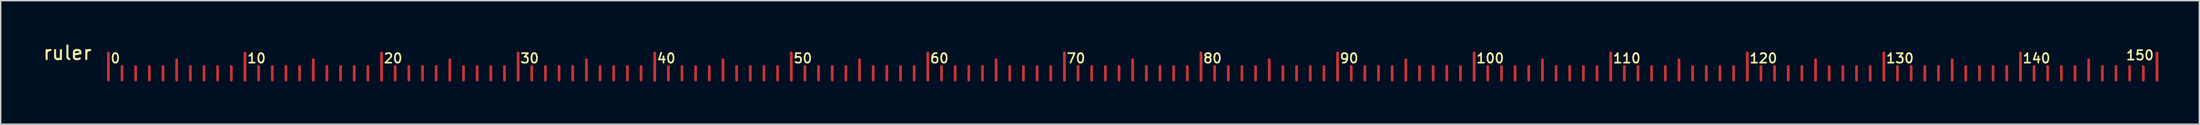
<source format=kicad_pcb>
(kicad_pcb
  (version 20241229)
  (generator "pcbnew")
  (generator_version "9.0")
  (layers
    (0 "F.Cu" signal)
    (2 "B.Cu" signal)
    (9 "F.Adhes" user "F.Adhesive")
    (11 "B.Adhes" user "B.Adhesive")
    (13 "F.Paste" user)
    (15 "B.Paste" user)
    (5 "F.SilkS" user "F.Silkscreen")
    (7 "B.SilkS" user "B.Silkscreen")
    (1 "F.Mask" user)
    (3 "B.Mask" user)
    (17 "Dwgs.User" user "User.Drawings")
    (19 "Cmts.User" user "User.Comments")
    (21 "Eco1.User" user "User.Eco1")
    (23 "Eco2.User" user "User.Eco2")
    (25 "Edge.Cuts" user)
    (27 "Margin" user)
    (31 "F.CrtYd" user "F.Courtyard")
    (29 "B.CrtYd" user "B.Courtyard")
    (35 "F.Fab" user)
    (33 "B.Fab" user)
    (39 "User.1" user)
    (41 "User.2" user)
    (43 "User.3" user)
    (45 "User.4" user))
  (footprint "ruler"
    (layer "F.Cu")
    (at 4.887 2.848)
    (property "Reference" "ruler" (at -3 -2 0) (unlocked yes) (layer "F.SilkS") (effects (font (size 1 1) (thickness 0.15))))
    (fp_line (start 0 0) (end 0 -2) (stroke (width 0.2) (type solid)) (layer "F.Cu"))
    (fp_line (start 1 0) (end 1 -1) (stroke (width 0.2) (type solid)) (layer "F.Cu"))
    (fp_line (start 2 0) (end 2 -1) (stroke (width 0.2) (type solid)) (layer "F.Cu"))
    (fp_line (start 3 0) (end 3 -1) (stroke (width 0.2) (type solid)) (layer "F.Cu"))
    (fp_line (start 4 0) (end 4 -1) (stroke (width 0.2) (type solid)) (layer "F.Cu"))
    (fp_line (start 5 0) (end 5 -1.5) (stroke (width 0.2) (type solid)) (layer "F.Cu"))
    (fp_line (start 6 0) (end 6 -1) (stroke (width 0.2) (type solid)) (layer "F.Cu"))
    (fp_line (start 7 0) (end 7 -1) (stroke (width 0.2) (type solid)) (layer "F.Cu"))
    (fp_line (start 8 0) (end 8 -1) (stroke (width 0.2) (type solid)) (layer "F.Cu"))
    (fp_line (start 9 0) (end 9 -1) (stroke (width 0.2) (type solid)) (layer "F.Cu"))
    (fp_line (start 10 0) (end 10 -2) (stroke (width 0.2) (type solid)) (layer "F.Cu"))
    (fp_line (start 10 0) (end 10 -1.5) (stroke (width 0.2) (type solid)) (layer "F.Cu"))
    (fp_line (start 10 0) (end 10 -1) (stroke (width 0.2) (type solid)) (layer "F.Cu"))
    (fp_line (start 11 0) (end 11 -1) (stroke (width 0.2) (type solid)) (layer "F.Cu"))
    (fp_line (start 12 0) (end 12 -1) (stroke (width 0.2) (type solid)) (layer "F.Cu"))
    (fp_line (start 13 0) (end 13 -1) (stroke (width 0.2) (type solid)) (layer "F.Cu"))
    (fp_line (start 14 0) (end 14 -1) (stroke (width 0.2) (type solid)) (layer "F.Cu"))
    (fp_line (start 15 0) (end 15 -1.5) (stroke (width 0.2) (type solid)) (layer "F.Cu"))
    (fp_line (start 15 0) (end 15 -1) (stroke (width 0.2) (type solid)) (layer "F.Cu"))
    (fp_line (start 16 0) (end 16 -1) (stroke (width 0.2) (type solid)) (layer "F.Cu"))
    (fp_line (start 17 0) (end 17 -1) (stroke (width 0.2) (type solid)) (layer "F.Cu"))
    (fp_line (start 18 0) (end 18 -1) (stroke (width 0.2) (type solid)) (layer "F.Cu"))
    (fp_line (start 19 0) (end 19 -1) (stroke (width 0.2) (type solid)) (layer "F.Cu"))
    (fp_line (start 20 0) (end 20 -2) (stroke (width 0.2) (type solid)) (layer "F.Cu"))
    (fp_line (start 20 0) (end 20 -1.5) (stroke (width 0.2) (type solid)) (layer "F.Cu"))
    (fp_line (start 20 0) (end 20 -1) (stroke (width 0.2) (type solid)) (layer "F.Cu"))
    (fp_line (start 21 0) (end 21 -1) (stroke (width 0.2) (type solid)) (layer "F.Cu"))
    (fp_line (start 22 0) (end 22 -1) (stroke (width 0.2) (type solid)) (layer "F.Cu"))
    (fp_line (start 23 0) (end 23 -1) (stroke (width 0.2) (type solid)) (layer "F.Cu"))
    (fp_line (start 24 0) (end 24 -1) (stroke (width 0.2) (type solid)) (layer "F.Cu"))
    (fp_line (start 25 0) (end 25 -1.5) (stroke (width 0.2) (type solid)) (layer "F.Cu"))
    (fp_line (start 25 0) (end 25 -1) (stroke (width 0.2) (type solid)) (layer "F.Cu"))
    (fp_line (start 26 0) (end 26 -1) (stroke (width 0.2) (type solid)) (layer "F.Cu"))
    (fp_line (start 27 0) (end 27 -1) (stroke (width 0.2) (type solid)) (layer "F.Cu"))
    (fp_line (start 28 0) (end 28 -1) (stroke (width 0.2) (type solid)) (layer "F.Cu"))
    (fp_line (start 29 0) (end 29 -1) (stroke (width 0.2) (type solid)) (layer "F.Cu"))
    (fp_line (start 30 0) (end 30 -2) (stroke (width 0.2) (type solid)) (layer "F.Cu"))
    (fp_line (start 30 0) (end 30 -1.5) (stroke (width 0.2) (type solid)) (layer "F.Cu"))
    (fp_line (start 30 0) (end 30 -1) (stroke (width 0.2) (type solid)) (layer "F.Cu"))
    (fp_line (start 31 0) (end 31 -1) (stroke (width 0.2) (type solid)) (layer "F.Cu"))
    (fp_line (start 32 0) (end 32 -1) (stroke (width 0.2) (type solid)) (layer "F.Cu"))
    (fp_line (start 33 0) (end 33 -1) (stroke (width 0.2) (type solid)) (layer "F.Cu"))
    (fp_line (start 34 0) (end 34 -1) (stroke (width 0.2) (type solid)) (layer "F.Cu"))
    (fp_line (start 35 0) (end 35 -1.5) (stroke (width 0.2) (type solid)) (layer "F.Cu"))
    (fp_line (start 35 0) (end 35 -1) (stroke (width 0.2) (type solid)) (layer "F.Cu"))
    (fp_line (start 36 0) (end 36 -1) (stroke (width 0.2) (type solid)) (layer "F.Cu"))
    (fp_line (start 37 0) (end 37 -1) (stroke (width 0.2) (type solid)) (layer "F.Cu"))
    (fp_line (start 38 0) (end 38 -1) (stroke (width 0.2) (type solid)) (layer "F.Cu"))
    (fp_line (start 39 0) (end 39 -1) (stroke (width 0.2) (type solid)) (layer "F.Cu"))
    (fp_line (start 40 0) (end 40 -2) (stroke (width 0.2) (type solid)) (layer "F.Cu"))
    (fp_line (start 40 0) (end 40 -1.5) (stroke (width 0.2) (type solid)) (layer "F.Cu"))
    (fp_line (start 40 0) (end 40 -1) (stroke (width 0.2) (type solid)) (layer "F.Cu"))
    (fp_line (start 41 0) (end 41 -1) (stroke (width 0.2) (type solid)) (layer "F.Cu"))
    (fp_line (start 42 0) (end 42 -1) (stroke (width 0.2) (type solid)) (layer "F.Cu"))
    (fp_line (start 43 0) (end 43 -1) (stroke (width 0.2) (type solid)) (layer "F.Cu"))
    (fp_line (start 44 0) (end 44 -1) (stroke (width 0.2) (type solid)) (layer "F.Cu"))
    (fp_line (start 45 0) (end 45 -1.5) (stroke (width 0.2) (type solid)) (layer "F.Cu"))
    (fp_line (start 45 0) (end 45 -1) (stroke (width 0.2) (type solid)) (layer "F.Cu"))
    (fp_line (start 46 0) (end 46 -1) (stroke (width 0.2) (type solid)) (layer "F.Cu"))
    (fp_line (start 47 0) (end 47 -1) (stroke (width 0.2) (type solid)) (layer "F.Cu"))
    (fp_line (start 48 0) (end 48 -1) (stroke (width 0.2) (type solid)) (layer "F.Cu"))
    (fp_line (start 49 0) (end 49 -1) (stroke (width 0.2) (type solid)) (layer "F.Cu"))
    (fp_line (start 50 0) (end 50 -2) (stroke (width 0.2) (type solid)) (layer "F.Cu"))
    (fp_line (start 50 0) (end 50 -1.5) (stroke (width 0.2) (type solid)) (layer "F.Cu"))
    (fp_line (start 50 0) (end 50 -1) (stroke (width 0.2) (type solid)) (layer "F.Cu"))
    (fp_line (start 51 0) (end 51 -1) (stroke (width 0.2) (type solid)) (layer "F.Cu"))
    (fp_line (start 52 0) (end 52 -1) (stroke (width 0.2) (type solid)) (layer "F.Cu"))
    (fp_line (start 53 0) (end 53 -1) (stroke (width 0.2) (type solid)) (layer "F.Cu"))
    (fp_line (start 54 0) (end 54 -1) (stroke (width 0.2) (type solid)) (layer "F.Cu"))
    (fp_line (start 55 0) (end 55 -1.5) (stroke (width 0.2) (type solid)) (layer "F.Cu"))
    (fp_line (start 55 0) (end 55 -1) (stroke (width 0.2) (type solid)) (layer "F.Cu"))
    (fp_line (start 56 0) (end 56 -1) (stroke (width 0.2) (type solid)) (layer "F.Cu"))
    (fp_line (start 57 0) (end 57 -1) (stroke (width 0.2) (type solid)) (layer "F.Cu"))
    (fp_line (start 58 0) (end 58 -1) (stroke (width 0.2) (type solid)) (layer "F.Cu"))
    (fp_line (start 59 0) (end 59 -1) (stroke (width 0.2) (type solid)) (layer "F.Cu"))
    (fp_line (start 60 0) (end 60 -2) (stroke (width 0.2) (type solid)) (layer "F.Cu"))
    (fp_line (start 60 0) (end 60 -1.5) (stroke (width 0.2) (type solid)) (layer "F.Cu"))
    (fp_line (start 60 0) (end 60 -1) (stroke (width 0.2) (type solid)) (layer "F.Cu"))
    (fp_line (start 61 0) (end 61 -1) (stroke (width 0.2) (type solid)) (layer "F.Cu"))
    (fp_line (start 62 0) (end 62 -1) (stroke (width 0.2) (type solid)) (layer "F.Cu"))
    (fp_line (start 63 0) (end 63 -1) (stroke (width 0.2) (type solid)) (layer "F.Cu"))
    (fp_line (start 64 0) (end 64 -1) (stroke (width 0.2) (type solid)) (layer "F.Cu"))
    (fp_line (start 65 0) (end 65 -1.5) (stroke (width 0.2) (type solid)) (layer "F.Cu"))
    (fp_line (start 65 0) (end 65 -1) (stroke (width 0.2) (type solid)) (layer "F.Cu"))
    (fp_line (start 66 0) (end 66 -1) (stroke (width 0.2) (type solid)) (layer "F.Cu"))
    (fp_line (start 67 0) (end 67 -1) (stroke (width 0.2) (type solid)) (layer "F.Cu"))
    (fp_line (start 68 0) (end 68 -1) (stroke (width 0.2) (type solid)) (layer "F.Cu"))
    (fp_line (start 69 0) (end 69 -1) (stroke (width 0.2) (type solid)) (layer "F.Cu"))
    (fp_line (start 70 0) (end 70 -2) (stroke (width 0.2) (type solid)) (layer "F.Cu"))
    (fp_line (start 70 0) (end 70 -1.5) (stroke (width 0.2) (type solid)) (layer "F.Cu"))
    (fp_line (start 70 0) (end 70 -1) (stroke (width 0.2) (type solid)) (layer "F.Cu"))
    (fp_line (start 71 0) (end 71 -1) (stroke (width 0.2) (type solid)) (layer "F.Cu"))
    (fp_line (start 72 0) (end 72 -1) (stroke (width 0.2) (type solid)) (layer "F.Cu"))
    (fp_line (start 73 0) (end 73 -1) (stroke (width 0.2) (type solid)) (layer "F.Cu"))
    (fp_line (start 74 0) (end 74 -1) (stroke (width 0.2) (type solid)) (layer "F.Cu"))
    (fp_line (start 75 0) (end 75 -1.5) (stroke (width 0.2) (type solid)) (layer "F.Cu"))
    (fp_line (start 75 0) (end 75 -1) (stroke (width 0.2) (type solid)) (layer "F.Cu"))
    (fp_line (start 76 0) (end 76 -1) (stroke (width 0.2) (type solid)) (layer "F.Cu"))
    (fp_line (start 77 0) (end 77 -1) (stroke (width 0.2) (type solid)) (layer "F.Cu"))
    (fp_line (start 78 0) (end 78 -1) (stroke (width 0.2) (type solid)) (layer "F.Cu"))
    (fp_line (start 79 0) (end 79 -1) (stroke (width 0.2) (type solid)) (layer "F.Cu"))
    (fp_line (start 80 0) (end 80 -2) (stroke (width 0.2) (type solid)) (layer "F.Cu"))
    (fp_line (start 80 0) (end 80 -1.5) (stroke (width 0.2) (type solid)) (layer "F.Cu"))
    (fp_line (start 80 0) (end 80 -1) (stroke (width 0.2) (type solid)) (layer "F.Cu"))
    (fp_line (start 81 0) (end 81 -1) (stroke (width 0.2) (type solid)) (layer "F.Cu"))
    (fp_line (start 82 0) (end 82 -1) (stroke (width 0.2) (type solid)) (layer "F.Cu"))
    (fp_line (start 83 0) (end 83 -1) (stroke (width 0.2) (type solid)) (layer "F.Cu"))
    (fp_line (start 84 0) (end 84 -1) (stroke (width 0.2) (type solid)) (layer "F.Cu"))
    (fp_line (start 85 0) (end 85 -1.5) (stroke (width 0.2) (type solid)) (layer "F.Cu"))
    (fp_line (start 85 0) (end 85 -1) (stroke (width 0.2) (type solid)) (layer "F.Cu"))
    (fp_line (start 86 0) (end 86 -1) (stroke (width 0.2) (type solid)) (layer "F.Cu"))
    (fp_line (start 87 0) (end 87 -1) (stroke (width 0.2) (type solid)) (layer "F.Cu"))
    (fp_line (start 88 0) (end 88 -1) (stroke (width 0.2) (type solid)) (layer "F.Cu"))
    (fp_line (start 89 0) (end 89 -1) (stroke (width 0.2) (type solid)) (layer "F.Cu"))
    (fp_line (start 90 0) (end 90 -2) (stroke (width 0.2) (type solid)) (layer "F.Cu"))
    (fp_line (start 90 0) (end 90 -1.5) (stroke (width 0.2) (type solid)) (layer "F.Cu"))
    (fp_line (start 90 0) (end 90 -1) (stroke (width 0.2) (type solid)) (layer "F.Cu"))
    (fp_line (start 91 0) (end 91 -1) (stroke (width 0.2) (type solid)) (layer "F.Cu"))
    (fp_line (start 92 0) (end 92 -1) (stroke (width 0.2) (type solid)) (layer "F.Cu"))
    (fp_line (start 93 0) (end 93 -1) (stroke (width 0.2) (type solid)) (layer "F.Cu"))
    (fp_line (start 94 0) (end 94 -1) (stroke (width 0.2) (type solid)) (layer "F.Cu"))
    (fp_line (start 95 0) (end 95 -1.5) (stroke (width 0.2) (type solid)) (layer "F.Cu"))
    (fp_line (start 95 0) (end 95 -1) (stroke (width 0.2) (type solid)) (layer "F.Cu"))
    (fp_line (start 96 0) (end 96 -1) (stroke (width 0.2) (type solid)) (layer "F.Cu"))
    (fp_line (start 97 0) (end 97 -1) (stroke (width 0.2) (type solid)) (layer "F.Cu"))
    (fp_line (start 98 0) (end 98 -1) (stroke (width 0.2) (type solid)) (layer "F.Cu"))
    (fp_line (start 99 0) (end 99 -1) (stroke (width 0.2) (type solid)) (layer "F.Cu"))
    (fp_line (start 100 0) (end 100 -2) (stroke (width 0.2) (type solid)) (layer "F.Cu"))
    (fp_line (start 100 0) (end 100 -1.5) (stroke (width 0.2) (type solid)) (layer "F.Cu"))
    (fp_line (start 100 0) (end 100 -1) (stroke (width 0.2) (type solid)) (layer "F.Cu"))
    (fp_line (start 101 0) (end 101 -1) (stroke (width 0.2) (type solid)) (layer "F.Cu"))
    (fp_line (start 102 0) (end 102 -1) (stroke (width 0.2) (type solid)) (layer "F.Cu"))
    (fp_line (start 103 0) (end 103 -1) (stroke (width 0.2) (type solid)) (layer "F.Cu"))
    (fp_line (start 104 0) (end 104 -1) (stroke (width 0.2) (type solid)) (layer "F.Cu"))
    (fp_line (start 105 0) (end 105 -1.5) (stroke (width 0.2) (type solid)) (layer "F.Cu"))
    (fp_line (start 105 0) (end 105 -1) (stroke (width 0.2) (type solid)) (layer "F.Cu"))
    (fp_line (start 106 0) (end 106 -1) (stroke (width 0.2) (type solid)) (layer "F.Cu"))
    (fp_line (start 107 0) (end 107 -1) (stroke (width 0.2) (type solid)) (layer "F.Cu"))
    (fp_line (start 108 0) (end 108 -1) (stroke (width 0.2) (type solid)) (layer "F.Cu"))
    (fp_line (start 109 0) (end 109 -1) (stroke (width 0.2) (type solid)) (layer "F.Cu"))
    (fp_line (start 110 0) (end 110 -2) (stroke (width 0.2) (type solid)) (layer "F.Cu"))
    (fp_line (start 110 0) (end 110 -1.5) (stroke (width 0.2) (type solid)) (layer "F.Cu"))
    (fp_line (start 110 0) (end 110 -1) (stroke (width 0.2) (type solid)) (layer "F.Cu"))
    (fp_line (start 111 0) (end 111 -1) (stroke (width 0.2) (type solid)) (layer "F.Cu"))
    (fp_line (start 112 0) (end 112 -1) (stroke (width 0.2) (type solid)) (layer "F.Cu"))
    (fp_line (start 113 0) (end 113 -1) (stroke (width 0.2) (type solid)) (layer "F.Cu"))
    (fp_line (start 114 0) (end 114 -1) (stroke (width 0.2) (type solid)) (layer "F.Cu"))
    (fp_line (start 115 0) (end 115 -1.5) (stroke (width 0.2) (type solid)) (layer "F.Cu"))
    (fp_line (start 115 0) (end 115 -1) (stroke (width 0.2) (type solid)) (layer "F.Cu"))
    (fp_line (start 116 0) (end 116 -1) (stroke (width 0.2) (type solid)) (layer "F.Cu"))
    (fp_line (start 117 0) (end 117 -1) (stroke (width 0.2) (type solid)) (layer "F.Cu"))
    (fp_line (start 118 0) (end 118 -1) (stroke (width 0.2) (type solid)) (layer "F.Cu"))
    (fp_line (start 119 0) (end 119 -1) (stroke (width 0.2) (type solid)) (layer "F.Cu"))
    (fp_line (start 120 0) (end 120 -2) (stroke (width 0.2) (type solid)) (layer "F.Cu"))
    (fp_line (start 120 0) (end 120 -1.5) (stroke (width 0.2) (type solid)) (layer "F.Cu"))
    (fp_line (start 120 0) (end 120 -1) (stroke (width 0.2) (type solid)) (layer "F.Cu"))
    (fp_line (start 121 0) (end 121 -1) (stroke (width 0.2) (type solid)) (layer "F.Cu"))
    (fp_line (start 122 0) (end 122 -1) (stroke (width 0.2) (type solid)) (layer "F.Cu"))
    (fp_line (start 123 0) (end 123 -1) (stroke (width 0.2) (type solid)) (layer "F.Cu"))
    (fp_line (start 124 0) (end 124 -1) (stroke (width 0.2) (type solid)) (layer "F.Cu"))
    (fp_line (start 125 0) (end 125 -1.5) (stroke (width 0.2) (type solid)) (layer "F.Cu"))
    (fp_line (start 125 0) (end 125 -1) (stroke (width 0.2) (type solid)) (layer "F.Cu"))
    (fp_line (start 126 0) (end 126 -1) (stroke (width 0.2) (type solid)) (layer "F.Cu"))
    (fp_line (start 127 0) (end 127 -1) (stroke (width 0.2) (type solid)) (layer "F.Cu"))
    (fp_line (start 128 0) (end 128 -1) (stroke (width 0.2) (type solid)) (layer "F.Cu"))
    (fp_line (start 129 0) (end 129 -1) (stroke (width 0.2) (type solid)) (layer "F.Cu"))
    (fp_line (start 130 0) (end 130 -2) (stroke (width 0.2) (type solid)) (layer "F.Cu"))
    (fp_line (start 130 0) (end 130 -1.5) (stroke (width 0.2) (type solid)) (layer "F.Cu"))
    (fp_line (start 130 0) (end 130 -1) (stroke (width 0.2) (type solid)) (layer "F.Cu"))
    (fp_line (start 131 0) (end 131 -1) (stroke (width 0.2) (type solid)) (layer "F.Cu"))
    (fp_line (start 132 0) (end 132 -1) (stroke (width 0.2) (type solid)) (layer "F.Cu"))
    (fp_line (start 133 0) (end 133 -1) (stroke (width 0.2) (type solid)) (layer "F.Cu"))
    (fp_line (start 134 0) (end 134 -1) (stroke (width 0.2) (type solid)) (layer "F.Cu"))
    (fp_line (start 135 0) (end 135 -1.5) (stroke (width 0.2) (type solid)) (layer "F.Cu"))
    (fp_line (start 135 0) (end 135 -1) (stroke (width 0.2) (type solid)) (layer "F.Cu"))
    (fp_line (start 136 0) (end 136 -1) (stroke (width 0.2) (type solid)) (layer "F.Cu"))
    (fp_line (start 137 0) (end 137 -1) (stroke (width 0.2) (type solid)) (layer "F.Cu"))
    (fp_line (start 138 0) (end 138 -1) (stroke (width 0.2) (type solid)) (layer "F.Cu"))
    (fp_line (start 139 0) (end 139 -1) (stroke (width 0.2) (type solid)) (layer "F.Cu"))
    (fp_line (start 140 0) (end 140 -2) (stroke (width 0.2) (type solid)) (layer "F.Cu"))
    (fp_line (start 140 0) (end 140 -1.5) (stroke (width 0.2) (type solid)) (layer "F.Cu"))
    (fp_line (start 140 0) (end 140 -1) (stroke (width 0.2) (type solid)) (layer "F.Cu"))
    (fp_line (start 141 0) (end 141 -1) (stroke (width 0.2) (type solid)) (layer "F.Cu"))
    (fp_line (start 142 0) (end 142 -1) (stroke (width 0.2) (type solid)) (layer "F.Cu"))
    (fp_line (start 143 0) (end 143 -1) (stroke (width 0.2) (type solid)) (layer "F.Cu"))
    (fp_line (start 144 0) (end 144 -1) (stroke (width 0.2) (type solid)) (layer "F.Cu"))
    (fp_line (start 145 0) (end 145 -1.5) (stroke (width 0.2) (type solid)) (layer "F.Cu"))
    (fp_line (start 145 0) (end 145 -1) (stroke (width 0.2) (type solid)) (layer "F.Cu"))
    (fp_line (start 146 0) (end 146 -1) (stroke (width 0.2) (type solid)) (layer "F.Cu"))
    (fp_line (start 147 0) (end 147 -1) (stroke (width 0.2) (type solid)) (layer "F.Cu"))
    (fp_line (start 148 0) (end 148 -1) (stroke (width 0.2) (type solid)) (layer "F.Cu"))
    (fp_line (start 149 0) (end 149 -1) (stroke (width 0.2) (type solid)) (layer "F.Cu"))
    (fp_line (start 150 0) (end 150 -2) (stroke (width 0.2) (type solid)) (layer "F.Cu"))
    (fp_line (start 150 0) (end 150 -1.5) (stroke (width 0.2) (type solid)) (layer "F.Cu"))
    (fp_line (start 150 0) (end 150 -1) (stroke (width 0.2) (type solid)) (layer "F.Cu"))
    (fp_line (start 0 0) (end 0 -2) (stroke (width 0.2) (type solid)) (layer "F.Mask"))
    (fp_line (start 1 0) (end 1 -1) (stroke (width 0.2) (type solid)) (layer "F.Mask"))
    (fp_line (start 2 0) (end 2 -1) (stroke (width 0.2) (type solid)) (layer "F.Mask"))
    (fp_line (start 3 0) (end 3 -1) (stroke (width 0.2) (type solid)) (layer "F.Mask"))
    (fp_line (start 4 0) (end 4 -1) (stroke (width 0.2) (type solid)) (layer "F.Mask"))
    (fp_line (start 5 0) (end 5 -1.5) (stroke (width 0.2) (type solid)) (layer "F.Mask"))
    (fp_line (start 6 0) (end 6 -1) (stroke (width 0.2) (type solid)) (layer "F.Mask"))
    (fp_line (start 7 0) (end 7 -1) (stroke (width 0.2) (type solid)) (layer "F.Mask"))
    (fp_line (start 8 0) (end 8 -1) (stroke (width 0.2) (type solid)) (layer "F.Mask"))
    (fp_line (start 9 0) (end 9 -1) (stroke (width 0.2) (type solid)) (layer "F.Mask"))
    (fp_line (start 10 0) (end 10 -2) (stroke (width 0.2) (type solid)) (layer "F.Mask"))
    (fp_line (start 10 0) (end 10 -1.5) (stroke (width 0.2) (type solid)) (layer "F.Mask"))
    (fp_line (start 10 0) (end 10 -1) (stroke (width 0.2) (type solid)) (layer "F.Mask"))
    (fp_line (start 11 0) (end 11 -1) (stroke (width 0.2) (type solid)) (layer "F.Mask"))
    (fp_line (start 12 0) (end 12 -1) (stroke (width 0.2) (type solid)) (layer "F.Mask"))
    (fp_line (start 13 0) (end 13 -1) (stroke (width 0.2) (type solid)) (layer "F.Mask"))
    (fp_line (start 14 0) (end 14 -1) (stroke (width 0.2) (type solid)) (layer "F.Mask"))
    (fp_line (start 15 0) (end 15 -1.5) (stroke (width 0.2) (type solid)) (layer "F.Mask"))
    (fp_line (start 15 0) (end 15 -1) (stroke (width 0.2) (type solid)) (layer "F.Mask"))
    (fp_line (start 16 0) (end 16 -1) (stroke (width 0.2) (type solid)) (layer "F.Mask"))
    (fp_line (start 17 0) (end 17 -1) (stroke (width 0.2) (type solid)) (layer "F.Mask"))
    (fp_line (start 18 0) (end 18 -1) (stroke (width 0.2) (type solid)) (layer "F.Mask"))
    (fp_line (start 19 0) (end 19 -1) (stroke (width 0.2) (type solid)) (layer "F.Mask"))
    (fp_line (start 20 0) (end 20 -2) (stroke (width 0.2) (type solid)) (layer "F.Mask"))
    (fp_line (start 20 0) (end 20 -1.5) (stroke (width 0.2) (type solid)) (layer "F.Mask"))
    (fp_line (start 20 0) (end 20 -1) (stroke (width 0.2) (type solid)) (layer "F.Mask"))
    (fp_line (start 21 0) (end 21 -1) (stroke (width 0.2) (type solid)) (layer "F.Mask"))
    (fp_line (start 22 0) (end 22 -1) (stroke (width 0.2) (type solid)) (layer "F.Mask"))
    (fp_line (start 23 0) (end 23 -1) (stroke (width 0.2) (type solid)) (layer "F.Mask"))
    (fp_line (start 24 0) (end 24 -1) (stroke (width 0.2) (type solid)) (layer "F.Mask"))
    (fp_line (start 25 0) (end 25 -1.5) (stroke (width 0.2) (type solid)) (layer "F.Mask"))
    (fp_line (start 25 0) (end 25 -1) (stroke (width 0.2) (type solid)) (layer "F.Mask"))
    (fp_line (start 26 0) (end 26 -1) (stroke (width 0.2) (type solid)) (layer "F.Mask"))
    (fp_line (start 27 0) (end 27 -1) (stroke (width 0.2) (type solid)) (layer "F.Mask"))
    (fp_line (start 28 0) (end 28 -1) (stroke (width 0.2) (type solid)) (layer "F.Mask"))
    (fp_line (start 29 0) (end 29 -1) (stroke (width 0.2) (type solid)) (layer "F.Mask"))
    (fp_line (start 30 0) (end 30 -2) (stroke (width 0.2) (type solid)) (layer "F.Mask"))
    (fp_line (start 30 0) (end 30 -1.5) (stroke (width 0.2) (type solid)) (layer "F.Mask"))
    (fp_line (start 30 0) (end 30 -1) (stroke (width 0.2) (type solid)) (layer "F.Mask"))
    (fp_line (start 31 0) (end 31 -1) (stroke (width 0.2) (type solid)) (layer "F.Mask"))
    (fp_line (start 32 0) (end 32 -1) (stroke (width 0.2) (type solid)) (layer "F.Mask"))
    (fp_line (start 33 0) (end 33 -1) (stroke (width 0.2) (type solid)) (layer "F.Mask"))
    (fp_line (start 34 0) (end 34 -1) (stroke (width 0.2) (type solid)) (layer "F.Mask"))
    (fp_line (start 35 0) (end 35 -1.5) (stroke (width 0.2) (type solid)) (layer "F.Mask"))
    (fp_line (start 35 0) (end 35 -1) (stroke (width 0.2) (type solid)) (layer "F.Mask"))
    (fp_line (start 36 0) (end 36 -1) (stroke (width 0.2) (type solid)) (layer "F.Mask"))
    (fp_line (start 37 0) (end 37 -1) (stroke (width 0.2) (type solid)) (layer "F.Mask"))
    (fp_line (start 38 0) (end 38 -1) (stroke (width 0.2) (type solid)) (layer "F.Mask"))
    (fp_line (start 39 0) (end 39 -1) (stroke (width 0.2) (type solid)) (layer "F.Mask"))
    (fp_line (start 40 0) (end 40 -2) (stroke (width 0.2) (type solid)) (layer "F.Mask"))
    (fp_line (start 40 0) (end 40 -1.5) (stroke (width 0.2) (type solid)) (layer "F.Mask"))
    (fp_line (start 40 0) (end 40 -1) (stroke (width 0.2) (type solid)) (layer "F.Mask"))
    (fp_line (start 41 0) (end 41 -1) (stroke (width 0.2) (type solid)) (layer "F.Mask"))
    (fp_line (start 42 0) (end 42 -1) (stroke (width 0.2) (type solid)) (layer "F.Mask"))
    (fp_line (start 43 0) (end 43 -1) (stroke (width 0.2) (type solid)) (layer "F.Mask"))
    (fp_line (start 44 0) (end 44 -1) (stroke (width 0.2) (type solid)) (layer "F.Mask"))
    (fp_line (start 45 0) (end 45 -1.5) (stroke (width 0.2) (type solid)) (layer "F.Mask"))
    (fp_line (start 45 0) (end 45 -1) (stroke (width 0.2) (type solid)) (layer "F.Mask"))
    (fp_line (start 46 0) (end 46 -1) (stroke (width 0.2) (type solid)) (layer "F.Mask"))
    (fp_line (start 47 0) (end 47 -1) (stroke (width 0.2) (type solid)) (layer "F.Mask"))
    (fp_line (start 48 0) (end 48 -1) (stroke (width 0.2) (type solid)) (layer "F.Mask"))
    (fp_line (start 49 0) (end 49 -1) (stroke (width 0.2) (type solid)) (layer "F.Mask"))
    (fp_line (start 50 0) (end 50 -2) (stroke (width 0.2) (type solid)) (layer "F.Mask"))
    (fp_line (start 50 0) (end 50 -1.5) (stroke (width 0.2) (type solid)) (layer "F.Mask"))
    (fp_line (start 50 0) (end 50 -1) (stroke (width 0.2) (type solid)) (layer "F.Mask"))
    (fp_line (start 51 0) (end 51 -1) (stroke (width 0.2) (type solid)) (layer "F.Mask"))
    (fp_line (start 52 0) (end 52 -1) (stroke (width 0.2) (type solid)) (layer "F.Mask"))
    (fp_line (start 53 0) (end 53 -1) (stroke (width 0.2) (type solid)) (layer "F.Mask"))
    (fp_line (start 54 0) (end 54 -1) (stroke (width 0.2) (type solid)) (layer "F.Mask"))
    (fp_line (start 55 0) (end 55 -1.5) (stroke (width 0.2) (type solid)) (layer "F.Mask"))
    (fp_line (start 55 0) (end 55 -1) (stroke (width 0.2) (type solid)) (layer "F.Mask"))
    (fp_line (start 56 0) (end 56 -1) (stroke (width 0.2) (type solid)) (layer "F.Mask"))
    (fp_line (start 57 0) (end 57 -1) (stroke (width 0.2) (type solid)) (layer "F.Mask"))
    (fp_line (start 58 0) (end 58 -1) (stroke (width 0.2) (type solid)) (layer "F.Mask"))
    (fp_line (start 59 0) (end 59 -1) (stroke (width 0.2) (type solid)) (layer "F.Mask"))
    (fp_line (start 60 0) (end 60 -2) (stroke (width 0.2) (type solid)) (layer "F.Mask"))
    (fp_line (start 60 0) (end 60 -1.5) (stroke (width 0.2) (type solid)) (layer "F.Mask"))
    (fp_line (start 60 0) (end 60 -1) (stroke (width 0.2) (type solid)) (layer "F.Mask"))
    (fp_line (start 61 0) (end 61 -1) (stroke (width 0.2) (type solid)) (layer "F.Mask"))
    (fp_line (start 62 0) (end 62 -1) (stroke (width 0.2) (type solid)) (layer "F.Mask"))
    (fp_line (start 63 0) (end 63 -1) (stroke (width 0.2) (type solid)) (layer "F.Mask"))
    (fp_line (start 64 0) (end 64 -1) (stroke (width 0.2) (type solid)) (layer "F.Mask"))
    (fp_line (start 65 0) (end 65 -1.5) (stroke (width 0.2) (type solid)) (layer "F.Mask"))
    (fp_line (start 65 0) (end 65 -1) (stroke (width 0.2) (type solid)) (layer "F.Mask"))
    (fp_line (start 66 0) (end 66 -1) (stroke (width 0.2) (type solid)) (layer "F.Mask"))
    (fp_line (start 67 0) (end 67 -1) (stroke (width 0.2) (type solid)) (layer "F.Mask"))
    (fp_line (start 68 0) (end 68 -1) (stroke (width 0.2) (type solid)) (layer "F.Mask"))
    (fp_line (start 69 0) (end 69 -1) (stroke (width 0.2) (type solid)) (layer "F.Mask"))
    (fp_line (start 70 0) (end 70 -2) (stroke (width 0.2) (type solid)) (layer "F.Mask"))
    (fp_line (start 70 0) (end 70 -1.5) (stroke (width 0.2) (type solid)) (layer "F.Mask"))
    (fp_line (start 70 0) (end 70 -1) (stroke (width 0.2) (type solid)) (layer "F.Mask"))
    (fp_line (start 71 0) (end 71 -1) (stroke (width 0.2) (type solid)) (layer "F.Mask"))
    (fp_line (start 72 0) (end 72 -1) (stroke (width 0.2) (type solid)) (layer "F.Mask"))
    (fp_line (start 73 0) (end 73 -1) (stroke (width 0.2) (type solid)) (layer "F.Mask"))
    (fp_line (start 74 0) (end 74 -1) (stroke (width 0.2) (type solid)) (layer "F.Mask"))
    (fp_line (start 75 0) (end 75 -1.5) (stroke (width 0.2) (type solid)) (layer "F.Mask"))
    (fp_line (start 75 0) (end 75 -1) (stroke (width 0.2) (type solid)) (layer "F.Mask"))
    (fp_line (start 76 0) (end 76 -1) (stroke (width 0.2) (type solid)) (layer "F.Mask"))
    (fp_line (start 77 0) (end 77 -1) (stroke (width 0.2) (type solid)) (layer "F.Mask"))
    (fp_line (start 78 0) (end 78 -1) (stroke (width 0.2) (type solid)) (layer "F.Mask"))
    (fp_line (start 79 0) (end 79 -1) (stroke (width 0.2) (type solid)) (layer "F.Mask"))
    (fp_line (start 80 0) (end 80 -2) (stroke (width 0.2) (type solid)) (layer "F.Mask"))
    (fp_line (start 80 0) (end 80 -1.5) (stroke (width 0.2) (type solid)) (layer "F.Mask"))
    (fp_line (start 80 0) (end 80 -1) (stroke (width 0.2) (type solid)) (layer "F.Mask"))
    (fp_line (start 81 0) (end 81 -1) (stroke (width 0.2) (type solid)) (layer "F.Mask"))
    (fp_line (start 82 0) (end 82 -1) (stroke (width 0.2) (type solid)) (layer "F.Mask"))
    (fp_line (start 83 0) (end 83 -1) (stroke (width 0.2) (type solid)) (layer "F.Mask"))
    (fp_line (start 84 0) (end 84 -1) (stroke (width 0.2) (type solid)) (layer "F.Mask"))
    (fp_line (start 85 0) (end 85 -1.5) (stroke (width 0.2) (type solid)) (layer "F.Mask"))
    (fp_line (start 85 0) (end 85 -1) (stroke (width 0.2) (type solid)) (layer "F.Mask"))
    (fp_line (start 86 0) (end 86 -1) (stroke (width 0.2) (type solid)) (layer "F.Mask"))
    (fp_line (start 87 0) (end 87 -1) (stroke (width 0.2) (type solid)) (layer "F.Mask"))
    (fp_line (start 88 0) (end 88 -1) (stroke (width 0.2) (type solid)) (layer "F.Mask"))
    (fp_line (start 89 0) (end 89 -1) (stroke (width 0.2) (type solid)) (layer "F.Mask"))
    (fp_line (start 90 0) (end 90 -2) (stroke (width 0.2) (type solid)) (layer "F.Mask"))
    (fp_line (start 90 0) (end 90 -1.5) (stroke (width 0.2) (type solid)) (layer "F.Mask"))
    (fp_line (start 90 0) (end 90 -1) (stroke (width 0.2) (type solid)) (layer "F.Mask"))
    (fp_line (start 91 0) (end 91 -1) (stroke (width 0.2) (type solid)) (layer "F.Mask"))
    (fp_line (start 92 0) (end 92 -1) (stroke (width 0.2) (type solid)) (layer "F.Mask"))
    (fp_line (start 93 0) (end 93 -1) (stroke (width 0.2) (type solid)) (layer "F.Mask"))
    (fp_line (start 94 0) (end 94 -1) (stroke (width 0.2) (type solid)) (layer "F.Mask"))
    (fp_line (start 95 0) (end 95 -1.5) (stroke (width 0.2) (type solid)) (layer "F.Mask"))
    (fp_line (start 95 0) (end 95 -1) (stroke (width 0.2) (type solid)) (layer "F.Mask"))
    (fp_line (start 96 0) (end 96 -1) (stroke (width 0.2) (type solid)) (layer "F.Mask"))
    (fp_line (start 97 0) (end 97 -1) (stroke (width 0.2) (type solid)) (layer "F.Mask"))
    (fp_line (start 98 0) (end 98 -1) (stroke (width 0.2) (type solid)) (layer "F.Mask"))
    (fp_line (start 99 0) (end 99 -1) (stroke (width 0.2) (type solid)) (layer "F.Mask"))
    (fp_line (start 100 0) (end 100 -2) (stroke (width 0.2) (type solid)) (layer "F.Mask"))
    (fp_line (start 100 0) (end 100 -1.5) (stroke (width 0.2) (type solid)) (layer "F.Mask"))
    (fp_line (start 100 0) (end 100 -1) (stroke (width 0.2) (type solid)) (layer "F.Mask"))
    (fp_line (start 101 0) (end 101 -1) (stroke (width 0.2) (type solid)) (layer "F.Mask"))
    (fp_line (start 102 0) (end 102 -1) (stroke (width 0.2) (type solid)) (layer "F.Mask"))
    (fp_line (start 103 0) (end 103 -1) (stroke (width 0.2) (type solid)) (layer "F.Mask"))
    (fp_line (start 104 0) (end 104 -1) (stroke (width 0.2) (type solid)) (layer "F.Mask"))
    (fp_line (start 105 0) (end 105 -1.5) (stroke (width 0.2) (type solid)) (layer "F.Mask"))
    (fp_line (start 105 0) (end 105 -1) (stroke (width 0.2) (type solid)) (layer "F.Mask"))
    (fp_line (start 106 0) (end 106 -1) (stroke (width 0.2) (type solid)) (layer "F.Mask"))
    (fp_line (start 107 0) (end 107 -1) (stroke (width 0.2) (type solid)) (layer "F.Mask"))
    (fp_line (start 108 0) (end 108 -1) (stroke (width 0.2) (type solid)) (layer "F.Mask"))
    (fp_line (start 109 0) (end 109 -1) (stroke (width 0.2) (type solid)) (layer "F.Mask"))
    (fp_line (start 110 0) (end 110 -2) (stroke (width 0.2) (type solid)) (layer "F.Mask"))
    (fp_line (start 110 0) (end 110 -1.5) (stroke (width 0.2) (type solid)) (layer "F.Mask"))
    (fp_line (start 110 0) (end 110 -1) (stroke (width 0.2) (type solid)) (layer "F.Mask"))
    (fp_line (start 111 0) (end 111 -1) (stroke (width 0.2) (type solid)) (layer "F.Mask"))
    (fp_line (start 112 0) (end 112 -1) (stroke (width 0.2) (type solid)) (layer "F.Mask"))
    (fp_line (start 113 0) (end 113 -1) (stroke (width 0.2) (type solid)) (layer "F.Mask"))
    (fp_line (start 114 0) (end 114 -1) (stroke (width 0.2) (type solid)) (layer "F.Mask"))
    (fp_line (start 115 0) (end 115 -1.5) (stroke (width 0.2) (type solid)) (layer "F.Mask"))
    (fp_line (start 115 0) (end 115 -1) (stroke (width 0.2) (type solid)) (layer "F.Mask"))
    (fp_line (start 116 0) (end 116 -1) (stroke (width 0.2) (type solid)) (layer "F.Mask"))
    (fp_line (start 117 0) (end 117 -1) (stroke (width 0.2) (type solid)) (layer "F.Mask"))
    (fp_line (start 118 0) (end 118 -1) (stroke (width 0.2) (type solid)) (layer "F.Mask"))
    (fp_line (start 119 0) (end 119 -1) (stroke (width 0.2) (type solid)) (layer "F.Mask"))
    (fp_line (start 120 0) (end 120 -2) (stroke (width 0.2) (type solid)) (layer "F.Mask"))
    (fp_line (start 120 0) (end 120 -1.5) (stroke (width 0.2) (type solid)) (layer "F.Mask"))
    (fp_line (start 120 0) (end 120 -1) (stroke (width 0.2) (type solid)) (layer "F.Mask"))
    (fp_line (start 121 0) (end 121 -1) (stroke (width 0.2) (type solid)) (layer "F.Mask"))
    (fp_line (start 122 0) (end 122 -1) (stroke (width 0.2) (type solid)) (layer "F.Mask"))
    (fp_line (start 123 0) (end 123 -1) (stroke (width 0.2) (type solid)) (layer "F.Mask"))
    (fp_line (start 124 0) (end 124 -1) (stroke (width 0.2) (type solid)) (layer "F.Mask"))
    (fp_line (start 125 0) (end 125 -1.5) (stroke (width 0.2) (type solid)) (layer "F.Mask"))
    (fp_line (start 125 0) (end 125 -1) (stroke (width 0.2) (type solid)) (layer "F.Mask"))
    (fp_line (start 126 0) (end 126 -1) (stroke (width 0.2) (type solid)) (layer "F.Mask"))
    (fp_line (start 127 0) (end 127 -1) (stroke (width 0.2) (type solid)) (layer "F.Mask"))
    (fp_line (start 128 0) (end 128 -1) (stroke (width 0.2) (type solid)) (layer "F.Mask"))
    (fp_line (start 129 0) (end 129 -1) (stroke (width 0.2) (type solid)) (layer "F.Mask"))
    (fp_line (start 130 0) (end 130 -2) (stroke (width 0.2) (type solid)) (layer "F.Mask"))
    (fp_line (start 130 0) (end 130 -1.5) (stroke (width 0.2) (type solid)) (layer "F.Mask"))
    (fp_line (start 130 0) (end 130 -1) (stroke (width 0.2) (type solid)) (layer "F.Mask"))
    (fp_line (start 131 0) (end 131 -1) (stroke (width 0.2) (type solid)) (layer "F.Mask"))
    (fp_line (start 132 0) (end 132 -1) (stroke (width 0.2) (type solid)) (layer "F.Mask"))
    (fp_line (start 133 0) (end 133 -1) (stroke (width 0.2) (type solid)) (layer "F.Mask"))
    (fp_line (start 134 0) (end 134 -1) (stroke (width 0.2) (type solid)) (layer "F.Mask"))
    (fp_line (start 135 0) (end 135 -1.5) (stroke (width 0.2) (type solid)) (layer "F.Mask"))
    (fp_line (start 135 0) (end 135 -1) (stroke (width 0.2) (type solid)) (layer "F.Mask"))
    (fp_line (start 136 0) (end 136 -1) (stroke (width 0.2) (type solid)) (layer "F.Mask"))
    (fp_line (start 137 0) (end 137 -1) (stroke (width 0.2) (type solid)) (layer "F.Mask"))
    (fp_line (start 138 0) (end 138 -1) (stroke (width 0.2) (type solid)) (layer "F.Mask"))
    (fp_line (start 139 0) (end 139 -1) (stroke (width 0.2) (type solid)) (layer "F.Mask"))
    (fp_line (start 140 0) (end 140 -2) (stroke (width 0.2) (type solid)) (layer "F.Mask"))
    (fp_line (start 140 0) (end 140 -1.5) (stroke (width 0.2) (type solid)) (layer "F.Mask"))
    (fp_line (start 140 0) (end 140 -1) (stroke (width 0.2) (type solid)) (layer "F.Mask"))
    (fp_line (start 141 0) (end 141 -1) (stroke (width 0.2) (type solid)) (layer "F.Mask"))
    (fp_line (start 142 0) (end 142 -1) (stroke (width 0.2) (type solid)) (layer "F.Mask"))
    (fp_line (start 143 0) (end 143 -1) (stroke (width 0.2) (type solid)) (layer "F.Mask"))
    (fp_line (start 144 0) (end 144 -1) (stroke (width 0.2) (type solid)) (layer "F.Mask"))
    (fp_line (start 145 0) (end 145 -1.5) (stroke (width 0.2) (type solid)) (layer "F.Mask"))
    (fp_line (start 145 0) (end 145 -1) (stroke (width 0.2) (type solid)) (layer "F.Mask"))
    (fp_line (start 146 0) (end 146 -1) (stroke (width 0.2) (type solid)) (layer "F.Mask"))
    (fp_line (start 147 0) (end 147 -1) (stroke (width 0.2) (type solid)) (layer "F.Mask"))
    (fp_line (start 148 0) (end 148 -1) (stroke (width 0.2) (type solid)) (layer "F.Mask"))
    (fp_line (start 149 0) (end 149 -1) (stroke (width 0.2) (type solid)) (layer "F.Mask"))
    (fp_line (start 150 0) (end 150 -2) (stroke (width 0.2) (type solid)) (layer "F.Mask"))
    (fp_line (start 150 0) (end 150 -1.5) (stroke (width 0.2) (type solid)) (layer "F.Mask"))
    (fp_line (start 150 0) (end 150 -1) (stroke (width 0.2) (type solid)) (layer "F.Mask"))
    (fp_text user "60" (at 60.1 -1.6 0) (unlocked yes) (layer "F.SilkS") (effects (font (size 0.7 0.7) (thickness 0.12)) (justify left)))
    (fp_text user "70" (at 70.1 -1.6 0) (unlocked yes) (layer "F.SilkS") (effects (font (size 0.7 0.7) (thickness 0.12)) (justify left)))
    (fp_text user "110" (at 110.1 -1.6 0) (unlocked yes) (layer "F.SilkS") (effects (font (size 0.7 0.7) (thickness 0.12)) (justify left)))
    (fp_text user "20" (at 20.1 -1.6 0) (unlocked yes) (layer "F.SilkS") (effects (font (size 0.7 0.7) (thickness 0.12)) (justify left)))
    (fp_text user "140" (at 140.1 -1.6 0) (unlocked yes) (layer "F.SilkS") (effects (font (size 0.7 0.7) (thickness 0.12)) (justify left)))
    (fp_text user "30" (at 30.1 -1.6 0) (unlocked yes) (layer "F.SilkS") (effects (font (size 0.7 0.7) (thickness 0.12)) (justify left)))
    (fp_text user "150" (at 147.675 -1.825 0) (unlocked yes) (layer "F.SilkS") (effects (font (size 0.7 0.7) (thickness 0.12)) (justify left)))
    (fp_text user "90" (at 90.1 -1.6 0) (unlocked yes) (layer "F.SilkS") (effects (font (size 0.7 0.7) (thickness 0.12)) (justify left)))
    (fp_text user "120" (at 120.1 -1.6 0) (unlocked yes) (layer "F.SilkS") (effects (font (size 0.7 0.7) (thickness 0.12)) (justify left)))
    (fp_text user "0" (at 0.1 -1.6 0) (unlocked yes) (layer "F.SilkS") (effects (font (size 0.7 0.7) (thickness 0.12)) (justify left)))
    (fp_text user "100" (at 100.1 -1.6 0) (unlocked yes) (layer "F.SilkS") (effects (font (size 0.7 0.7) (thickness 0.12)) (justify left)))
    (fp_text user "130" (at 130.1 -1.6 0) (unlocked yes) (layer "F.SilkS") (effects (font (size 0.7 0.7) (thickness 0.12)) (justify left)))
    (fp_text user "80" (at 80.1 -1.6 0) (unlocked yes) (layer "F.SilkS") (effects (font (size 0.7 0.7) (thickness 0.12)) (justify left)))
    (fp_text user "40" (at 40.1 -1.6 0) (unlocked yes) (layer "F.SilkS") (effects (font (size 0.7 0.7) (thickness 0.12)) (justify left)))
    (fp_text user "10" (at 10.1 -1.6 0) (unlocked yes) (layer "F.SilkS") (effects (font (size 0.7 0.7) (thickness 0.12)) (justify left)))
    (fp_text user "50" (at 50.1 -1.6 0) (unlocked yes) (layer "F.SilkS") (effects (font (size 0.7 0.7) (thickness 0.12)) (justify left))))
  (gr_rect
    (start -3 -3)
    (end 157.987 6.098)
    (stroke (width 0.1) (type default))
    (fill no)
    (layer "Edge.Cuts")))
</source>
